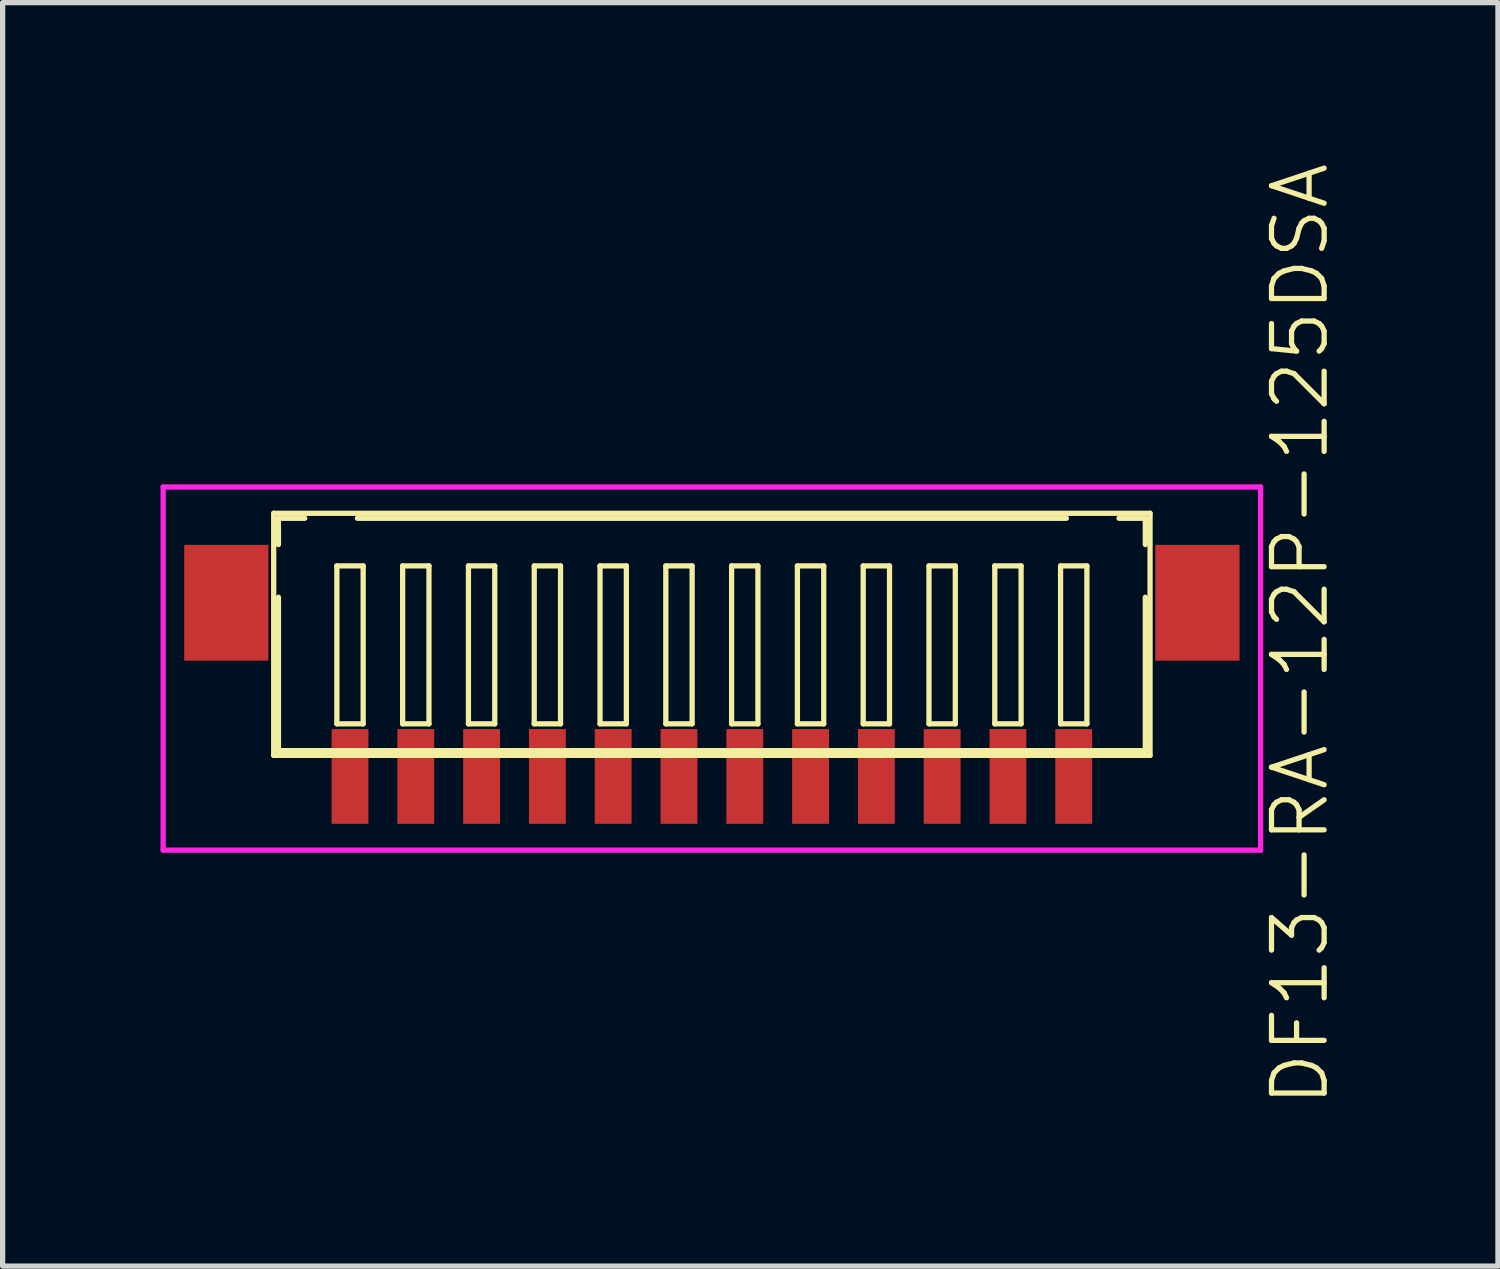
<source format=kicad_pcb>
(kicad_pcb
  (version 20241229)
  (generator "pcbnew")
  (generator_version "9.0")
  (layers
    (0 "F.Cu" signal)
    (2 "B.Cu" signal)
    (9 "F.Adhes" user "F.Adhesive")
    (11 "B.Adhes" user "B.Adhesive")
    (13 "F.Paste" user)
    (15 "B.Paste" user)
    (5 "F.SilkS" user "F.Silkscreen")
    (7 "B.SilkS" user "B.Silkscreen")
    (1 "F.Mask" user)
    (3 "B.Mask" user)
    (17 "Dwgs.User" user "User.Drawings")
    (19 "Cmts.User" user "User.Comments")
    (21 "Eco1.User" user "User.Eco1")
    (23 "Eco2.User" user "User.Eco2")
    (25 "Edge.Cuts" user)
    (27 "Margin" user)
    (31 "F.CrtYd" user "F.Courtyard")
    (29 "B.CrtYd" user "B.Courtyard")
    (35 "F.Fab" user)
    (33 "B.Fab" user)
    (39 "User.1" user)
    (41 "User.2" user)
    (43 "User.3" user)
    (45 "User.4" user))
  (footprint "DF13-RA-12P-125DSA"
    (layer "F.Cu")
    (at 10.475 11.702)
    (property "Reference" "DF13-RA-12P-125DSA" (at 11.175 -2.7 90) (layer "F.SilkS") (effects (font (size 1 1) (thickness 0.1))))
    (attr through_hole)
    (fp_line (start -8.325 -5) (end -8.325 -0.4) (stroke (width 0.1) (type solid)) (layer "F.SilkS"))
    (fp_line (start -8.325 -5) (end 8.325 -5) (stroke (width 0.1) (type solid)) (layer "F.SilkS"))
    (fp_line (start -8.325 -0.4) (end 8.325 -0.4) (stroke (width 0.1) (type solid)) (layer "F.SilkS"))
    (fp_line (start -8.235 -4.905) (end -8.235 -4.405) (stroke (width 0.1) (type solid)) (layer "F.SilkS"))
    (fp_line (start -8.235 -4.905) (end -7.735 -4.905) (stroke (width 0.1) (type solid)) (layer "F.SilkS"))
    (fp_line (start -8.235 -3.405) (end -8.235 -0.49) (stroke (width 0.1) (type solid)) (layer "F.SilkS"))
    (fp_line (start -8.235 -0.49) (end 8.235 -0.49) (stroke (width 0.1) (type solid)) (layer "F.SilkS"))
    (fp_line (start -7.125 -4) (end -7.125 -1) (stroke (width 0.1) (type solid)) (layer "F.SilkS"))
    (fp_line (start -7.125 -1) (end -6.625 -1) (stroke (width 0.1) (type solid)) (layer "F.SilkS"))
    (fp_line (start -6.735 -4.905) (end 6.735 -4.905) (stroke (width 0.1) (type solid)) (layer "F.SilkS"))
    (fp_line (start -6.625 -4) (end -7.125 -4) (stroke (width 0.1) (type solid)) (layer "F.SilkS"))
    (fp_line (start -6.625 -1) (end -6.625 -4) (stroke (width 0.1) (type solid)) (layer "F.SilkS"))
    (fp_line (start -5.875 -4) (end -5.875 -1) (stroke (width 0.1) (type solid)) (layer "F.SilkS"))
    (fp_line (start -5.875 -1) (end -5.375 -1) (stroke (width 0.1) (type solid)) (layer "F.SilkS"))
    (fp_line (start -5.375 -4) (end -5.875 -4) (stroke (width 0.1) (type solid)) (layer "F.SilkS"))
    (fp_line (start -5.375 -1) (end -5.375 -4) (stroke (width 0.1) (type solid)) (layer "F.SilkS"))
    (fp_line (start -4.625 -4) (end -4.625 -1) (stroke (width 0.1) (type solid)) (layer "F.SilkS"))
    (fp_line (start -4.625 -1) (end -4.125 -1) (stroke (width 0.1) (type solid)) (layer "F.SilkS"))
    (fp_line (start -4.125 -4) (end -4.625 -4) (stroke (width 0.1) (type solid)) (layer "F.SilkS"))
    (fp_line (start -4.125 -1) (end -4.125 -4) (stroke (width 0.1) (type solid)) (layer "F.SilkS"))
    (fp_line (start -3.375 -4) (end -3.375 -1) (stroke (width 0.1) (type solid)) (layer "F.SilkS"))
    (fp_line (start -3.375 -1) (end -2.875 -1) (stroke (width 0.1) (type solid)) (layer "F.SilkS"))
    (fp_line (start -2.875 -4) (end -3.375 -4) (stroke (width 0.1) (type solid)) (layer "F.SilkS"))
    (fp_line (start -2.875 -1) (end -2.875 -4) (stroke (width 0.1) (type solid)) (layer "F.SilkS"))
    (fp_line (start -2.125 -4) (end -2.125 -1) (stroke (width 0.1) (type solid)) (layer "F.SilkS"))
    (fp_line (start -2.125 -1) (end -1.625 -1) (stroke (width 0.1) (type solid)) (layer "F.SilkS"))
    (fp_line (start -1.625 -4) (end -2.125 -4) (stroke (width 0.1) (type solid)) (layer "F.SilkS"))
    (fp_line (start -1.625 -1) (end -1.625 -4) (stroke (width 0.1) (type solid)) (layer "F.SilkS"))
    (fp_line (start -0.875 -4) (end -0.875 -1) (stroke (width 0.1) (type solid)) (layer "F.SilkS"))
    (fp_line (start -0.875 -1) (end -0.375 -1) (stroke (width 0.1) (type solid)) (layer "F.SilkS"))
    (fp_line (start -0.375 -4) (end -0.875 -4) (stroke (width 0.1) (type solid)) (layer "F.SilkS"))
    (fp_line (start -0.375 -1) (end -0.375 -4) (stroke (width 0.1) (type solid)) (layer "F.SilkS"))
    (fp_line (start 0.375 -4) (end 0.375 -1) (stroke (width 0.1) (type solid)) (layer "F.SilkS"))
    (fp_line (start 0.375 -1) (end 0.875 -1) (stroke (width 0.1) (type solid)) (layer "F.SilkS"))
    (fp_line (start 0.875 -4) (end 0.375 -4) (stroke (width 0.1) (type solid)) (layer "F.SilkS"))
    (fp_line (start 0.875 -1) (end 0.875 -4) (stroke (width 0.1) (type solid)) (layer "F.SilkS"))
    (fp_line (start 1.625 -4) (end 1.625 -1) (stroke (width 0.1) (type solid)) (layer "F.SilkS"))
    (fp_line (start 1.625 -1) (end 2.125 -1) (stroke (width 0.1) (type solid)) (layer "F.SilkS"))
    (fp_line (start 2.125 -4) (end 1.625 -4) (stroke (width 0.1) (type solid)) (layer "F.SilkS"))
    (fp_line (start 2.125 -1) (end 2.125 -4) (stroke (width 0.1) (type solid)) (layer "F.SilkS"))
    (fp_line (start 2.875 -4) (end 2.875 -1) (stroke (width 0.1) (type solid)) (layer "F.SilkS"))
    (fp_line (start 2.875 -1) (end 3.375 -1) (stroke (width 0.1) (type solid)) (layer "F.SilkS"))
    (fp_line (start 3.375 -4) (end 2.875 -4) (stroke (width 0.1) (type solid)) (layer "F.SilkS"))
    (fp_line (start 3.375 -1) (end 3.375 -4) (stroke (width 0.1) (type solid)) (layer "F.SilkS"))
    (fp_line (start 4.125 -4) (end 4.125 -1) (stroke (width 0.1) (type solid)) (layer "F.SilkS"))
    (fp_line (start 4.125 -1) (end 4.625 -1) (stroke (width 0.1) (type solid)) (layer "F.SilkS"))
    (fp_line (start 4.625 -4) (end 4.125 -4) (stroke (width 0.1) (type solid)) (layer "F.SilkS"))
    (fp_line (start 4.625 -1) (end 4.625 -4) (stroke (width 0.1) (type solid)) (layer "F.SilkS"))
    (fp_line (start 5.375 -4) (end 5.375 -1) (stroke (width 0.1) (type solid)) (layer "F.SilkS"))
    (fp_line (start 5.375 -1) (end 5.875 -1) (stroke (width 0.1) (type solid)) (layer "F.SilkS"))
    (fp_line (start 5.875 -4) (end 5.375 -4) (stroke (width 0.1) (type solid)) (layer "F.SilkS"))
    (fp_line (start 5.875 -1) (end 5.875 -4) (stroke (width 0.1) (type solid)) (layer "F.SilkS"))
    (fp_line (start 6.625 -4) (end 6.625 -1) (stroke (width 0.1) (type solid)) (layer "F.SilkS"))
    (fp_line (start 6.625 -1) (end 7.125 -1) (stroke (width 0.1) (type solid)) (layer "F.SilkS"))
    (fp_line (start 7.125 -4) (end 6.625 -4) (stroke (width 0.1) (type solid)) (layer "F.SilkS"))
    (fp_line (start 7.125 -1) (end 7.125 -4) (stroke (width 0.1) (type solid)) (layer "F.SilkS"))
    (fp_line (start 7.735 -4.905) (end 8.235 -4.905) (stroke (width 0.1) (type solid)) (layer "F.SilkS"))
    (fp_line (start 8.235 -4.905) (end 8.235 -4.405) (stroke (width 0.1) (type solid)) (layer "F.SilkS"))
    (fp_line (start 8.235 -3.405) (end 8.235 -0.49) (stroke (width 0.1) (type solid)) (layer "F.SilkS"))
    (fp_line (start 8.325 -5) (end 8.325 -0.4) (stroke (width 0.1) (type solid)) (layer "F.SilkS"))
    (fp_line (start -10.425 -5.5) (end -10.425 1.4) (stroke (width 0.1) (type solid)) (layer "F.CrtYd"))
    (fp_line (start -10.425 1.4) (end 10.425 1.4) (stroke (width 0.1) (type solid)) (layer "F.CrtYd"))
    (fp_line (start 10.425 -5.5) (end -10.425 -5.5) (stroke (width 0.1) (type solid)) (layer "F.CrtYd"))
    (fp_line (start 10.425 1.4) (end 10.425 -5.5) (stroke (width 0.1) (type solid)) (layer "F.CrtYd"))
    (pad "1" smd rect (at -6.875 0) (size 0.7 1.8) (layers "F.Cu" "F.Mask" "F.Paste"))
    (pad "2" smd rect (at -5.625 0) (size 0.7 1.8) (layers "F.Cu" "F.Mask" "F.Paste"))
    (pad "3" smd rect (at -4.375 0) (size 0.7 1.8) (layers "F.Cu" "F.Mask" "F.Paste"))
    (pad "4" smd rect (at -3.125 0) (size 0.7 1.8) (layers "F.Cu" "F.Mask" "F.Paste"))
    (pad "5" smd rect (at -1.875 0) (size 0.7 1.8) (layers "F.Cu" "F.Mask" "F.Paste"))
    (pad "6" smd rect (at -0.625 0) (size 0.7 1.8) (layers "F.Cu" "F.Mask" "F.Paste"))
    (pad "7" smd rect (at 0.625 0) (size 0.7 1.8) (layers "F.Cu" "F.Mask" "F.Paste"))
    (pad "8" smd rect (at 1.875 0) (size 0.7 1.8) (layers "F.Cu" "F.Mask" "F.Paste"))
    (pad "9" smd rect (at 3.125 0) (size 0.7 1.8) (layers "F.Cu" "F.Mask" "F.Paste"))
    (pad "10" smd rect (at 4.375 0) (size 0.7 1.8) (layers "F.Cu" "F.Mask" "F.Paste"))
    (pad "11" smd rect (at 5.625 0) (size 0.7 1.8) (layers "F.Cu" "F.Mask" "F.Paste"))
    (pad "12" smd rect (at 6.875 0) (size 0.7 1.8) (layers "F.Cu" "F.Mask" "F.Paste"))
    (pad "S" smd rect (at -9.225 -3.3) (size 1.6 2.2) (layers "F.Cu" "F.Mask" "F.Paste"))
    (pad "S" smd rect (at 9.225 -3.3) (size 1.6 2.2) (layers "F.Cu" "F.Mask" "F.Paste")))
  (gr_rect
    (start -3 -3)
    (end 25.41 21.005)
    (stroke (width 0.1) (type default))
    (fill no)
    (layer "Edge.Cuts")))
</source>
